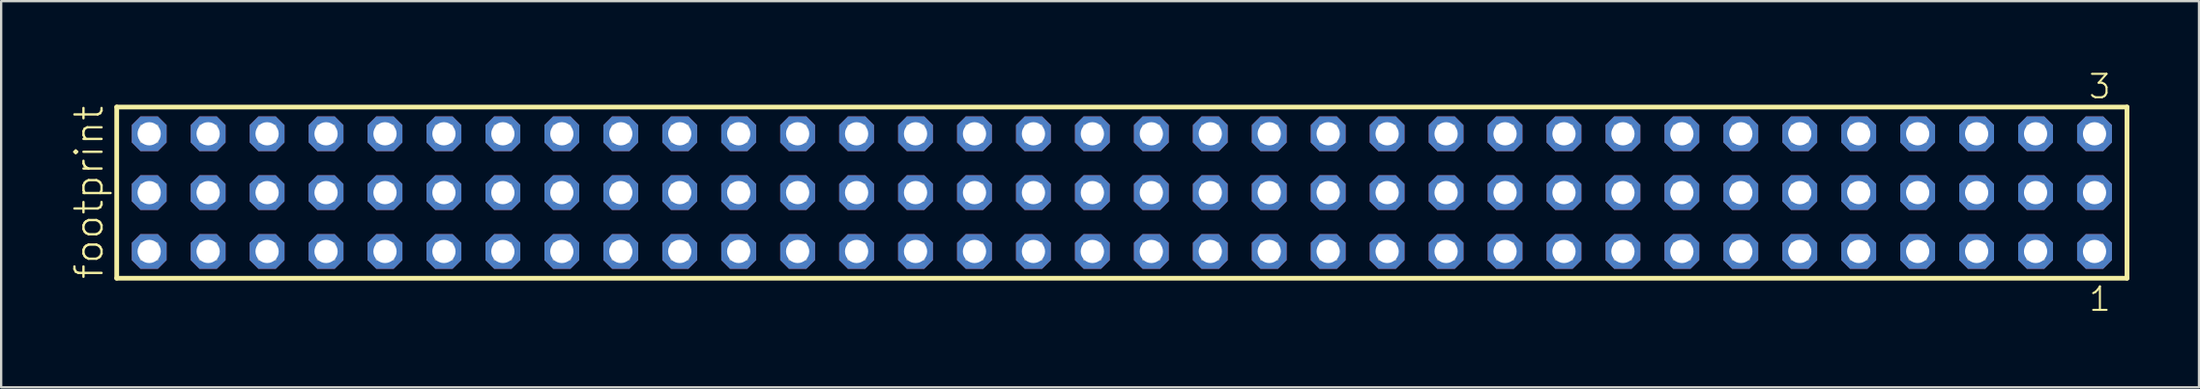
<source format=kicad_pcb>
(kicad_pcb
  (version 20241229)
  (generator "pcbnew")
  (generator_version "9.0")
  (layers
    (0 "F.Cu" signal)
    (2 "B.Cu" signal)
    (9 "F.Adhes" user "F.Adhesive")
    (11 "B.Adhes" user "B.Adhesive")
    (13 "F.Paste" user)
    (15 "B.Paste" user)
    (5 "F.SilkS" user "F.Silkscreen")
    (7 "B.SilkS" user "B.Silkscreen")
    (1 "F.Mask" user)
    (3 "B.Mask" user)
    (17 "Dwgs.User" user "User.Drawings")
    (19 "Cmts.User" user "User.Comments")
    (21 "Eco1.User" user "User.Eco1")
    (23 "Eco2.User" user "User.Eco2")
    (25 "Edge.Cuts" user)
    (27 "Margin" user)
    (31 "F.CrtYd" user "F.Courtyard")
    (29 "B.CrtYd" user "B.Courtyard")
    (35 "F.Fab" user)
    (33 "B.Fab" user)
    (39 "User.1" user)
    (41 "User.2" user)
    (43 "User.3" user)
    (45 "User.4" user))
  (footprint "footprint"
    (layer "F.Cu")
    (at 45.288 5.265)
    (property "Reference" "footprint" (at -43.815 3.81 90) (layer "F.SilkS") (effects (font (size 1.168 1.168) (thickness 0.102)) (justify left bottom)))
    (fp_line (start -43.309 -3.695) (end 43.309 -3.695) (stroke (width 0.203) (type solid)) (layer "F.SilkS"))
    (fp_line (start -43.309 3.695) (end -43.309 -3.695) (stroke (width 0.203) (type solid)) (layer "F.SilkS"))
    (fp_line (start 43.309 -3.695) (end 43.309 3.695) (stroke (width 0.203) (type solid)) (layer "F.SilkS"))
    (fp_line (start 43.309 3.695) (end -43.309 3.695) (stroke (width 0.203) (type solid)) (layer "F.SilkS"))
    (fp_poly (pts (xy -42.26 -2.19) (xy -41.56 -2.19) (xy -41.56 -2.89) (xy -42.26 -2.89)) (stroke (width 0.1) (type solid)) (fill no) (layer "F.Fab"))
    (fp_poly (pts (xy -42.26 0.35) (xy -41.56 0.35) (xy -41.56 -0.35) (xy -42.26 -0.35)) (stroke (width 0.1) (type solid)) (fill no) (layer "F.Fab"))
    (fp_poly (pts (xy -42.26 2.89) (xy -41.56 2.89) (xy -41.56 2.19) (xy -42.26 2.19)) (stroke (width 0.1) (type solid)) (fill no) (layer "F.Fab"))
    (fp_poly (pts (xy -39.72 -2.19) (xy -39.02 -2.19) (xy -39.02 -2.89) (xy -39.72 -2.89)) (stroke (width 0.1) (type solid)) (fill no) (layer "F.Fab"))
    (fp_poly (pts (xy -39.72 0.35) (xy -39.02 0.35) (xy -39.02 -0.35) (xy -39.72 -0.35)) (stroke (width 0.1) (type solid)) (fill no) (layer "F.Fab"))
    (fp_poly (pts (xy -39.72 2.89) (xy -39.02 2.89) (xy -39.02 2.19) (xy -39.72 2.19)) (stroke (width 0.1) (type solid)) (fill no) (layer "F.Fab"))
    (fp_poly (pts (xy -37.18 -2.19) (xy -36.48 -2.19) (xy -36.48 -2.89) (xy -37.18 -2.89)) (stroke (width 0.1) (type solid)) (fill no) (layer "F.Fab"))
    (fp_poly (pts (xy -37.18 0.35) (xy -36.48 0.35) (xy -36.48 -0.35) (xy -37.18 -0.35)) (stroke (width 0.1) (type solid)) (fill no) (layer "F.Fab"))
    (fp_poly (pts (xy -37.18 2.89) (xy -36.48 2.89) (xy -36.48 2.19) (xy -37.18 2.19)) (stroke (width 0.1) (type solid)) (fill no) (layer "F.Fab"))
    (fp_poly (pts (xy -34.64 -2.19) (xy -33.94 -2.19) (xy -33.94 -2.89) (xy -34.64 -2.89)) (stroke (width 0.1) (type solid)) (fill no) (layer "F.Fab"))
    (fp_poly (pts (xy -34.64 0.35) (xy -33.94 0.35) (xy -33.94 -0.35) (xy -34.64 -0.35)) (stroke (width 0.1) (type solid)) (fill no) (layer "F.Fab"))
    (fp_poly (pts (xy -34.64 2.89) (xy -33.94 2.89) (xy -33.94 2.19) (xy -34.64 2.19)) (stroke (width 0.1) (type solid)) (fill no) (layer "F.Fab"))
    (fp_poly (pts (xy -32.1 -2.19) (xy -31.4 -2.19) (xy -31.4 -2.89) (xy -32.1 -2.89)) (stroke (width 0.1) (type solid)) (fill no) (layer "F.Fab"))
    (fp_poly (pts (xy -32.1 0.35) (xy -31.4 0.35) (xy -31.4 -0.35) (xy -32.1 -0.35)) (stroke (width 0.1) (type solid)) (fill no) (layer "F.Fab"))
    (fp_poly (pts (xy -32.1 2.89) (xy -31.4 2.89) (xy -31.4 2.19) (xy -32.1 2.19)) (stroke (width 0.1) (type solid)) (fill no) (layer "F.Fab"))
    (fp_poly (pts (xy -29.56 -2.19) (xy -28.86 -2.19) (xy -28.86 -2.89) (xy -29.56 -2.89)) (stroke (width 0.1) (type solid)) (fill no) (layer "F.Fab"))
    (fp_poly (pts (xy -29.56 0.35) (xy -28.86 0.35) (xy -28.86 -0.35) (xy -29.56 -0.35)) (stroke (width 0.1) (type solid)) (fill no) (layer "F.Fab"))
    (fp_poly (pts (xy -29.56 2.89) (xy -28.86 2.89) (xy -28.86 2.19) (xy -29.56 2.19)) (stroke (width 0.1) (type solid)) (fill no) (layer "F.Fab"))
    (fp_poly (pts (xy -27.02 -2.19) (xy -26.32 -2.19) (xy -26.32 -2.89) (xy -27.02 -2.89)) (stroke (width 0.1) (type solid)) (fill no) (layer "F.Fab"))
    (fp_poly (pts (xy -27.02 0.35) (xy -26.32 0.35) (xy -26.32 -0.35) (xy -27.02 -0.35)) (stroke (width 0.1) (type solid)) (fill no) (layer "F.Fab"))
    (fp_poly (pts (xy -27.02 2.89) (xy -26.32 2.89) (xy -26.32 2.19) (xy -27.02 2.19)) (stroke (width 0.1) (type solid)) (fill no) (layer "F.Fab"))
    (fp_poly (pts (xy -24.48 -2.19) (xy -23.78 -2.19) (xy -23.78 -2.89) (xy -24.48 -2.89)) (stroke (width 0.1) (type solid)) (fill no) (layer "F.Fab"))
    (fp_poly (pts (xy -24.48 0.35) (xy -23.78 0.35) (xy -23.78 -0.35) (xy -24.48 -0.35)) (stroke (width 0.1) (type solid)) (fill no) (layer "F.Fab"))
    (fp_poly (pts (xy -24.48 2.89) (xy -23.78 2.89) (xy -23.78 2.19) (xy -24.48 2.19)) (stroke (width 0.1) (type solid)) (fill no) (layer "F.Fab"))
    (fp_poly (pts (xy -21.94 -2.19) (xy -21.24 -2.19) (xy -21.24 -2.89) (xy -21.94 -2.89)) (stroke (width 0.1) (type solid)) (fill no) (layer "F.Fab"))
    (fp_poly (pts (xy -21.94 0.35) (xy -21.24 0.35) (xy -21.24 -0.35) (xy -21.94 -0.35)) (stroke (width 0.1) (type solid)) (fill no) (layer "F.Fab"))
    (fp_poly (pts (xy -21.94 2.89) (xy -21.24 2.89) (xy -21.24 2.19) (xy -21.94 2.19)) (stroke (width 0.1) (type solid)) (fill no) (layer "F.Fab"))
    (fp_poly (pts (xy -19.4 -2.19) (xy -18.7 -2.19) (xy -18.7 -2.89) (xy -19.4 -2.89)) (stroke (width 0.1) (type solid)) (fill no) (layer "F.Fab"))
    (fp_poly (pts (xy -19.4 0.35) (xy -18.7 0.35) (xy -18.7 -0.35) (xy -19.4 -0.35)) (stroke (width 0.1) (type solid)) (fill no) (layer "F.Fab"))
    (fp_poly (pts (xy -19.4 2.89) (xy -18.7 2.89) (xy -18.7 2.19) (xy -19.4 2.19)) (stroke (width 0.1) (type solid)) (fill no) (layer "F.Fab"))
    (fp_poly (pts (xy -16.86 -2.19) (xy -16.16 -2.19) (xy -16.16 -2.89) (xy -16.86 -2.89)) (stroke (width 0.1) (type solid)) (fill no) (layer "F.Fab"))
    (fp_poly (pts (xy -16.86 0.35) (xy -16.16 0.35) (xy -16.16 -0.35) (xy -16.86 -0.35)) (stroke (width 0.1) (type solid)) (fill no) (layer "F.Fab"))
    (fp_poly (pts (xy -16.86 2.89) (xy -16.16 2.89) (xy -16.16 2.19) (xy -16.86 2.19)) (stroke (width 0.1) (type solid)) (fill no) (layer "F.Fab"))
    (fp_poly (pts (xy -14.32 -2.19) (xy -13.62 -2.19) (xy -13.62 -2.89) (xy -14.32 -2.89)) (stroke (width 0.1) (type solid)) (fill no) (layer "F.Fab"))
    (fp_poly (pts (xy -14.32 0.35) (xy -13.62 0.35) (xy -13.62 -0.35) (xy -14.32 -0.35)) (stroke (width 0.1) (type solid)) (fill no) (layer "F.Fab"))
    (fp_poly (pts (xy -14.32 2.89) (xy -13.62 2.89) (xy -13.62 2.19) (xy -14.32 2.19)) (stroke (width 0.1) (type solid)) (fill no) (layer "F.Fab"))
    (fp_poly (pts (xy -11.78 -2.19) (xy -11.08 -2.19) (xy -11.08 -2.89) (xy -11.78 -2.89)) (stroke (width 0.1) (type solid)) (fill no) (layer "F.Fab"))
    (fp_poly (pts (xy -11.78 0.35) (xy -11.08 0.35) (xy -11.08 -0.35) (xy -11.78 -0.35)) (stroke (width 0.1) (type solid)) (fill no) (layer "F.Fab"))
    (fp_poly (pts (xy -11.78 2.89) (xy -11.08 2.89) (xy -11.08 2.19) (xy -11.78 2.19)) (stroke (width 0.1) (type solid)) (fill no) (layer "F.Fab"))
    (fp_poly (pts (xy -9.24 -2.19) (xy -8.54 -2.19) (xy -8.54 -2.89) (xy -9.24 -2.89)) (stroke (width 0.1) (type solid)) (fill no) (layer "F.Fab"))
    (fp_poly (pts (xy -9.24 0.35) (xy -8.54 0.35) (xy -8.54 -0.35) (xy -9.24 -0.35)) (stroke (width 0.1) (type solid)) (fill no) (layer "F.Fab"))
    (fp_poly (pts (xy -9.24 2.89) (xy -8.54 2.89) (xy -8.54 2.19) (xy -9.24 2.19)) (stroke (width 0.1) (type solid)) (fill no) (layer "F.Fab"))
    (fp_poly (pts (xy -6.7 -2.19) (xy -6 -2.19) (xy -6 -2.89) (xy -6.7 -2.89)) (stroke (width 0.1) (type solid)) (fill no) (layer "F.Fab"))
    (fp_poly (pts (xy -6.7 0.35) (xy -6 0.35) (xy -6 -0.35) (xy -6.7 -0.35)) (stroke (width 0.1) (type solid)) (fill no) (layer "F.Fab"))
    (fp_poly (pts (xy -6.7 2.89) (xy -6 2.89) (xy -6 2.19) (xy -6.7 2.19)) (stroke (width 0.1) (type solid)) (fill no) (layer "F.Fab"))
    (fp_poly (pts (xy -4.16 -2.19) (xy -3.46 -2.19) (xy -3.46 -2.89) (xy -4.16 -2.89)) (stroke (width 0.1) (type solid)) (fill no) (layer "F.Fab"))
    (fp_poly (pts (xy -4.16 0.35) (xy -3.46 0.35) (xy -3.46 -0.35) (xy -4.16 -0.35)) (stroke (width 0.1) (type solid)) (fill no) (layer "F.Fab"))
    (fp_poly (pts (xy -4.16 2.89) (xy -3.46 2.89) (xy -3.46 2.19) (xy -4.16 2.19)) (stroke (width 0.1) (type solid)) (fill no) (layer "F.Fab"))
    (fp_poly (pts (xy -1.62 -2.19) (xy -0.92 -2.19) (xy -0.92 -2.89) (xy -1.62 -2.89)) (stroke (width 0.1) (type solid)) (fill no) (layer "F.Fab"))
    (fp_poly (pts (xy -1.62 0.35) (xy -0.92 0.35) (xy -0.92 -0.35) (xy -1.62 -0.35)) (stroke (width 0.1) (type solid)) (fill no) (layer "F.Fab"))
    (fp_poly (pts (xy -1.62 2.89) (xy -0.92 2.89) (xy -0.92 2.19) (xy -1.62 2.19)) (stroke (width 0.1) (type solid)) (fill no) (layer "F.Fab"))
    (fp_poly (pts (xy 0.92 -2.19) (xy 1.62 -2.19) (xy 1.62 -2.89) (xy 0.92 -2.89)) (stroke (width 0.1) (type solid)) (fill no) (layer "F.Fab"))
    (fp_poly (pts (xy 0.92 0.35) (xy 1.62 0.35) (xy 1.62 -0.35) (xy 0.92 -0.35)) (stroke (width 0.1) (type solid)) (fill no) (layer "F.Fab"))
    (fp_poly (pts (xy 0.92 2.89) (xy 1.62 2.89) (xy 1.62 2.19) (xy 0.92 2.19)) (stroke (width 0.1) (type solid)) (fill no) (layer "F.Fab"))
    (fp_poly (pts (xy 3.46 -2.19) (xy 4.16 -2.19) (xy 4.16 -2.89) (xy 3.46 -2.89)) (stroke (width 0.1) (type solid)) (fill no) (layer "F.Fab"))
    (fp_poly (pts (xy 3.46 0.35) (xy 4.16 0.35) (xy 4.16 -0.35) (xy 3.46 -0.35)) (stroke (width 0.1) (type solid)) (fill no) (layer "F.Fab"))
    (fp_poly (pts (xy 3.46 2.89) (xy 4.16 2.89) (xy 4.16 2.19) (xy 3.46 2.19)) (stroke (width 0.1) (type solid)) (fill no) (layer "F.Fab"))
    (fp_poly (pts (xy 6 -2.19) (xy 6.7 -2.19) (xy 6.7 -2.89) (xy 6 -2.89)) (stroke (width 0.1) (type solid)) (fill no) (layer "F.Fab"))
    (fp_poly (pts (xy 6 0.35) (xy 6.7 0.35) (xy 6.7 -0.35) (xy 6 -0.35)) (stroke (width 0.1) (type solid)) (fill no) (layer "F.Fab"))
    (fp_poly (pts (xy 6 2.89) (xy 6.7 2.89) (xy 6.7 2.19) (xy 6 2.19)) (stroke (width 0.1) (type solid)) (fill no) (layer "F.Fab"))
    (fp_poly (pts (xy 8.54 -2.19) (xy 9.24 -2.19) (xy 9.24 -2.89) (xy 8.54 -2.89)) (stroke (width 0.1) (type solid)) (fill no) (layer "F.Fab"))
    (fp_poly (pts (xy 8.54 0.35) (xy 9.24 0.35) (xy 9.24 -0.35) (xy 8.54 -0.35)) (stroke (width 0.1) (type solid)) (fill no) (layer "F.Fab"))
    (fp_poly (pts (xy 8.54 2.89) (xy 9.24 2.89) (xy 9.24 2.19) (xy 8.54 2.19)) (stroke (width 0.1) (type solid)) (fill no) (layer "F.Fab"))
    (fp_poly (pts (xy 11.08 -2.19) (xy 11.78 -2.19) (xy 11.78 -2.89) (xy 11.08 -2.89)) (stroke (width 0.1) (type solid)) (fill no) (layer "F.Fab"))
    (fp_poly (pts (xy 11.08 0.35) (xy 11.78 0.35) (xy 11.78 -0.35) (xy 11.08 -0.35)) (stroke (width 0.1) (type solid)) (fill no) (layer "F.Fab"))
    (fp_poly (pts (xy 11.08 2.89) (xy 11.78 2.89) (xy 11.78 2.19) (xy 11.08 2.19)) (stroke (width 0.1) (type solid)) (fill no) (layer "F.Fab"))
    (fp_poly (pts (xy 13.62 -2.19) (xy 14.32 -2.19) (xy 14.32 -2.89) (xy 13.62 -2.89)) (stroke (width 0.1) (type solid)) (fill no) (layer "F.Fab"))
    (fp_poly (pts (xy 13.62 0.35) (xy 14.32 0.35) (xy 14.32 -0.35) (xy 13.62 -0.35)) (stroke (width 0.1) (type solid)) (fill no) (layer "F.Fab"))
    (fp_poly (pts (xy 13.62 2.89) (xy 14.32 2.89) (xy 14.32 2.19) (xy 13.62 2.19)) (stroke (width 0.1) (type solid)) (fill no) (layer "F.Fab"))
    (fp_poly (pts (xy 16.16 -2.19) (xy 16.86 -2.19) (xy 16.86 -2.89) (xy 16.16 -2.89)) (stroke (width 0.1) (type solid)) (fill no) (layer "F.Fab"))
    (fp_poly (pts (xy 16.16 0.35) (xy 16.86 0.35) (xy 16.86 -0.35) (xy 16.16 -0.35)) (stroke (width 0.1) (type solid)) (fill no) (layer "F.Fab"))
    (fp_poly (pts (xy 16.16 2.89) (xy 16.86 2.89) (xy 16.86 2.19) (xy 16.16 2.19)) (stroke (width 0.1) (type solid)) (fill no) (layer "F.Fab"))
    (fp_poly (pts (xy 18.7 -2.19) (xy 19.4 -2.19) (xy 19.4 -2.89) (xy 18.7 -2.89)) (stroke (width 0.1) (type solid)) (fill no) (layer "F.Fab"))
    (fp_poly (pts (xy 18.7 0.35) (xy 19.4 0.35) (xy 19.4 -0.35) (xy 18.7 -0.35)) (stroke (width 0.1) (type solid)) (fill no) (layer "F.Fab"))
    (fp_poly (pts (xy 18.7 2.89) (xy 19.4 2.89) (xy 19.4 2.19) (xy 18.7 2.19)) (stroke (width 0.1) (type solid)) (fill no) (layer "F.Fab"))
    (fp_poly (pts (xy 21.24 -2.19) (xy 21.94 -2.19) (xy 21.94 -2.89) (xy 21.24 -2.89)) (stroke (width 0.1) (type solid)) (fill no) (layer "F.Fab"))
    (fp_poly (pts (xy 21.24 0.35) (xy 21.94 0.35) (xy 21.94 -0.35) (xy 21.24 -0.35)) (stroke (width 0.1) (type solid)) (fill no) (layer "F.Fab"))
    (fp_poly (pts (xy 21.24 2.89) (xy 21.94 2.89) (xy 21.94 2.19) (xy 21.24 2.19)) (stroke (width 0.1) (type solid)) (fill no) (layer "F.Fab"))
    (fp_poly (pts (xy 23.78 -2.19) (xy 24.48 -2.19) (xy 24.48 -2.89) (xy 23.78 -2.89)) (stroke (width 0.1) (type solid)) (fill no) (layer "F.Fab"))
    (fp_poly (pts (xy 23.78 0.35) (xy 24.48 0.35) (xy 24.48 -0.35) (xy 23.78 -0.35)) (stroke (width 0.1) (type solid)) (fill no) (layer "F.Fab"))
    (fp_poly (pts (xy 23.78 2.89) (xy 24.48 2.89) (xy 24.48 2.19) (xy 23.78 2.19)) (stroke (width 0.1) (type solid)) (fill no) (layer "F.Fab"))
    (fp_poly (pts (xy 26.32 -2.19) (xy 27.02 -2.19) (xy 27.02 -2.89) (xy 26.32 -2.89)) (stroke (width 0.1) (type solid)) (fill no) (layer "F.Fab"))
    (fp_poly (pts (xy 26.32 0.35) (xy 27.02 0.35) (xy 27.02 -0.35) (xy 26.32 -0.35)) (stroke (width 0.1) (type solid)) (fill no) (layer "F.Fab"))
    (fp_poly (pts (xy 26.32 2.89) (xy 27.02 2.89) (xy 27.02 2.19) (xy 26.32 2.19)) (stroke (width 0.1) (type solid)) (fill no) (layer "F.Fab"))
    (fp_poly (pts (xy 28.86 -2.19) (xy 29.56 -2.19) (xy 29.56 -2.89) (xy 28.86 -2.89)) (stroke (width 0.1) (type solid)) (fill no) (layer "F.Fab"))
    (fp_poly (pts (xy 28.86 0.35) (xy 29.56 0.35) (xy 29.56 -0.35) (xy 28.86 -0.35)) (stroke (width 0.1) (type solid)) (fill no) (layer "F.Fab"))
    (fp_poly (pts (xy 28.86 2.89) (xy 29.56 2.89) (xy 29.56 2.19) (xy 28.86 2.19)) (stroke (width 0.1) (type solid)) (fill no) (layer "F.Fab"))
    (fp_poly (pts (xy 31.4 -2.19) (xy 32.1 -2.19) (xy 32.1 -2.89) (xy 31.4 -2.89)) (stroke (width 0.1) (type solid)) (fill no) (layer "F.Fab"))
    (fp_poly (pts (xy 31.4 0.35) (xy 32.1 0.35) (xy 32.1 -0.35) (xy 31.4 -0.35)) (stroke (width 0.1) (type solid)) (fill no) (layer "F.Fab"))
    (fp_poly (pts (xy 31.4 2.89) (xy 32.1 2.89) (xy 32.1 2.19) (xy 31.4 2.19)) (stroke (width 0.1) (type solid)) (fill no) (layer "F.Fab"))
    (fp_poly (pts (xy 33.94 -2.19) (xy 34.64 -2.19) (xy 34.64 -2.89) (xy 33.94 -2.89)) (stroke (width 0.1) (type solid)) (fill no) (layer "F.Fab"))
    (fp_poly (pts (xy 33.94 0.35) (xy 34.64 0.35) (xy 34.64 -0.35) (xy 33.94 -0.35)) (stroke (width 0.1) (type solid)) (fill no) (layer "F.Fab"))
    (fp_poly (pts (xy 33.94 2.89) (xy 34.64 2.89) (xy 34.64 2.19) (xy 33.94 2.19)) (stroke (width 0.1) (type solid)) (fill no) (layer "F.Fab"))
    (fp_poly (pts (xy 36.48 -2.19) (xy 37.18 -2.19) (xy 37.18 -2.89) (xy 36.48 -2.89)) (stroke (width 0.1) (type solid)) (fill no) (layer "F.Fab"))
    (fp_poly (pts (xy 36.48 0.35) (xy 37.18 0.35) (xy 37.18 -0.35) (xy 36.48 -0.35)) (stroke (width 0.1) (type solid)) (fill no) (layer "F.Fab"))
    (fp_poly (pts (xy 36.48 2.89) (xy 37.18 2.89) (xy 37.18 2.19) (xy 36.48 2.19)) (stroke (width 0.1) (type solid)) (fill no) (layer "F.Fab"))
    (fp_poly (pts (xy 39.02 -2.19) (xy 39.72 -2.19) (xy 39.72 -2.89) (xy 39.02 -2.89)) (stroke (width 0.1) (type solid)) (fill no) (layer "F.Fab"))
    (fp_poly (pts (xy 39.02 0.35) (xy 39.72 0.35) (xy 39.72 -0.35) (xy 39.02 -0.35)) (stroke (width 0.1) (type solid)) (fill no) (layer "F.Fab"))
    (fp_poly (pts (xy 39.02 2.89) (xy 39.72 2.89) (xy 39.72 2.19) (xy 39.02 2.19)) (stroke (width 0.1) (type solid)) (fill no) (layer "F.Fab"))
    (fp_poly (pts (xy 41.56 -2.19) (xy 42.26 -2.19) (xy 42.26 -2.89) (xy 41.56 -2.89)) (stroke (width 0.1) (type solid)) (fill no) (layer "F.Fab"))
    (fp_poly (pts (xy 41.56 0.35) (xy 42.26 0.35) (xy 42.26 -0.35) (xy 41.56 -0.35)) (stroke (width 0.1) (type solid)) (fill no) (layer "F.Fab"))
    (fp_poly (pts (xy 41.56 2.89) (xy 42.26 2.89) (xy 42.26 2.19) (xy 41.56 2.19)) (stroke (width 0.1) (type solid)) (fill no) (layer "F.Fab"))
    (fp_text user "3" (at 41.598 -3.989 0) (layer "F.SilkS") (effects (font (size 1.012 1.012) (thickness 0.088)) (justify left bottom)))
    (fp_text user "1" (at 41.602 5.188 0) (layer "F.SilkS") (effects (font (size 1.012 1.012) (thickness 0.088)) (justify left bottom)))
    (pad "1" thru_hole roundrect (at 41.91 2.54 180) (size 1.5 1.5) (drill 1) (layers "*.Cu" "*.Mask") (roundrect_rratio 0.25) (chamfer_ratio 0.25) (chamfer top_left top_right bottom_left bottom_right))
    (pad "2" thru_hole roundrect (at 41.91 0 180) (size 1.5 1.5) (drill 1) (layers "*.Cu" "*.Mask") (roundrect_rratio 0.25) (chamfer_ratio 0.25) (chamfer top_left top_right bottom_left bottom_right))
    (pad "3" thru_hole roundrect (at 41.91 -2.54 180) (size 1.5 1.5) (drill 1) (layers "*.Cu" "*.Mask") (roundrect_rratio 0.25) (chamfer_ratio 0.25) (chamfer top_left top_right bottom_left bottom_right))
    (pad "4" thru_hole roundrect (at 39.37 2.54 180) (size 1.5 1.5) (drill 1) (layers "*.Cu" "*.Mask") (roundrect_rratio 0.25) (chamfer_ratio 0.25) (chamfer top_left top_right bottom_left bottom_right))
    (pad "5" thru_hole roundrect (at 39.37 0 180) (size 1.5 1.5) (drill 1) (layers "*.Cu" "*.Mask") (roundrect_rratio 0.25) (chamfer_ratio 0.25) (chamfer top_left top_right bottom_left bottom_right))
    (pad "6" thru_hole roundrect (at 39.37 -2.54 180) (size 1.5 1.5) (drill 1) (layers "*.Cu" "*.Mask") (roundrect_rratio 0.25) (chamfer_ratio 0.25) (chamfer top_left top_right bottom_left bottom_right))
    (pad "7" thru_hole roundrect (at 36.83 2.54 180) (size 1.5 1.5) (drill 1) (layers "*.Cu" "*.Mask") (roundrect_rratio 0.25) (chamfer_ratio 0.25) (chamfer top_left top_right bottom_left bottom_right))
    (pad "8" thru_hole roundrect (at 36.83 0 180) (size 1.5 1.5) (drill 1) (layers "*.Cu" "*.Mask") (roundrect_rratio 0.25) (chamfer_ratio 0.25) (chamfer top_left top_right bottom_left bottom_right))
    (pad "9" thru_hole roundrect (at 36.83 -2.54 180) (size 1.5 1.5) (drill 1) (layers "*.Cu" "*.Mask") (roundrect_rratio 0.25) (chamfer_ratio 0.25) (chamfer top_left top_right bottom_left bottom_right))
    (pad "10" thru_hole roundrect (at 34.29 2.54 180) (size 1.5 1.5) (drill 1) (layers "*.Cu" "*.Mask") (roundrect_rratio 0.25) (chamfer_ratio 0.25) (chamfer top_left top_right bottom_left bottom_right))
    (pad "11" thru_hole roundrect (at 34.29 0 180) (size 1.5 1.5) (drill 1) (layers "*.Cu" "*.Mask") (roundrect_rratio 0.25) (chamfer_ratio 0.25) (chamfer top_left top_right bottom_left bottom_right))
    (pad "12" thru_hole roundrect (at 34.29 -2.54 180) (size 1.5 1.5) (drill 1) (layers "*.Cu" "*.Mask") (roundrect_rratio 0.25) (chamfer_ratio 0.25) (chamfer top_left top_right bottom_left bottom_right))
    (pad "13" thru_hole roundrect (at 31.75 2.54 180) (size 1.5 1.5) (drill 1) (layers "*.Cu" "*.Mask") (roundrect_rratio 0.25) (chamfer_ratio 0.25) (chamfer top_left top_right bottom_left bottom_right))
    (pad "14" thru_hole roundrect (at 31.75 0 180) (size 1.5 1.5) (drill 1) (layers "*.Cu" "*.Mask") (roundrect_rratio 0.25) (chamfer_ratio 0.25) (chamfer top_left top_right bottom_left bottom_right))
    (pad "15" thru_hole roundrect (at 31.75 -2.54 180) (size 1.5 1.5) (drill 1) (layers "*.Cu" "*.Mask") (roundrect_rratio 0.25) (chamfer_ratio 0.25) (chamfer top_left top_right bottom_left bottom_right))
    (pad "16" thru_hole roundrect (at 29.21 2.54 180) (size 1.5 1.5) (drill 1) (layers "*.Cu" "*.Mask") (roundrect_rratio 0.25) (chamfer_ratio 0.25) (chamfer top_left top_right bottom_left bottom_right))
    (pad "17" thru_hole roundrect (at 29.21 0 180) (size 1.5 1.5) (drill 1) (layers "*.Cu" "*.Mask") (roundrect_rratio 0.25) (chamfer_ratio 0.25) (chamfer top_left top_right bottom_left bottom_right))
    (pad "18" thru_hole roundrect (at 29.21 -2.54 180) (size 1.5 1.5) (drill 1) (layers "*.Cu" "*.Mask") (roundrect_rratio 0.25) (chamfer_ratio 0.25) (chamfer top_left top_right bottom_left bottom_right))
    (pad "19" thru_hole roundrect (at 26.67 2.54 180) (size 1.5 1.5) (drill 1) (layers "*.Cu" "*.Mask") (roundrect_rratio 0.25) (chamfer_ratio 0.25) (chamfer top_left top_right bottom_left bottom_right))
    (pad "20" thru_hole roundrect (at 26.67 0 180) (size 1.5 1.5) (drill 1) (layers "*.Cu" "*.Mask") (roundrect_rratio 0.25) (chamfer_ratio 0.25) (chamfer top_left top_right bottom_left bottom_right))
    (pad "21" thru_hole roundrect (at 26.67 -2.54 180) (size 1.5 1.5) (drill 1) (layers "*.Cu" "*.Mask") (roundrect_rratio 0.25) (chamfer_ratio 0.25) (chamfer top_left top_right bottom_left bottom_right))
    (pad "22" thru_hole roundrect (at 24.13 2.54 180) (size 1.5 1.5) (drill 1) (layers "*.Cu" "*.Mask") (roundrect_rratio 0.25) (chamfer_ratio 0.25) (chamfer top_left top_right bottom_left bottom_right))
    (pad "23" thru_hole roundrect (at 24.13 0 180) (size 1.5 1.5) (drill 1) (layers "*.Cu" "*.Mask") (roundrect_rratio 0.25) (chamfer_ratio 0.25) (chamfer top_left top_right bottom_left bottom_right))
    (pad "24" thru_hole roundrect (at 24.13 -2.54 180) (size 1.5 1.5) (drill 1) (layers "*.Cu" "*.Mask") (roundrect_rratio 0.25) (chamfer_ratio 0.25) (chamfer top_left top_right bottom_left bottom_right))
    (pad "25" thru_hole roundrect (at 21.59 2.54 180) (size 1.5 1.5) (drill 1) (layers "*.Cu" "*.Mask") (roundrect_rratio 0.25) (chamfer_ratio 0.25) (chamfer top_left top_right bottom_left bottom_right))
    (pad "26" thru_hole roundrect (at 21.59 0 180) (size 1.5 1.5) (drill 1) (layers "*.Cu" "*.Mask") (roundrect_rratio 0.25) (chamfer_ratio 0.25) (chamfer top_left top_right bottom_left bottom_right))
    (pad "27" thru_hole roundrect (at 21.59 -2.54 180) (size 1.5 1.5) (drill 1) (layers "*.Cu" "*.Mask") (roundrect_rratio 0.25) (chamfer_ratio 0.25) (chamfer top_left top_right bottom_left bottom_right))
    (pad "28" thru_hole roundrect (at 19.05 2.54 180) (size 1.5 1.5) (drill 1) (layers "*.Cu" "*.Mask") (roundrect_rratio 0.25) (chamfer_ratio 0.25) (chamfer top_left top_right bottom_left bottom_right))
    (pad "29" thru_hole roundrect (at 19.05 0 180) (size 1.5 1.5) (drill 1) (layers "*.Cu" "*.Mask") (roundrect_rratio 0.25) (chamfer_ratio 0.25) (chamfer top_left top_right bottom_left bottom_right))
    (pad "30" thru_hole roundrect (at 19.05 -2.54 180) (size 1.5 1.5) (drill 1) (layers "*.Cu" "*.Mask") (roundrect_rratio 0.25) (chamfer_ratio 0.25) (chamfer top_left top_right bottom_left bottom_right))
    (pad "31" thru_hole roundrect (at 16.51 2.54 180) (size 1.5 1.5) (drill 1) (layers "*.Cu" "*.Mask") (roundrect_rratio 0.25) (chamfer_ratio 0.25) (chamfer top_left top_right bottom_left bottom_right))
    (pad "32" thru_hole roundrect (at 16.51 0 180) (size 1.5 1.5) (drill 1) (layers "*.Cu" "*.Mask") (roundrect_rratio 0.25) (chamfer_ratio 0.25) (chamfer top_left top_right bottom_left bottom_right))
    (pad "33" thru_hole roundrect (at 16.51 -2.54 180) (size 1.5 1.5) (drill 1) (layers "*.Cu" "*.Mask") (roundrect_rratio 0.25) (chamfer_ratio 0.25) (chamfer top_left top_right bottom_left bottom_right))
    (pad "34" thru_hole roundrect (at 13.97 2.54 180) (size 1.5 1.5) (drill 1) (layers "*.Cu" "*.Mask") (roundrect_rratio 0.25) (chamfer_ratio 0.25) (chamfer top_left top_right bottom_left bottom_right))
    (pad "35" thru_hole roundrect (at 13.97 0 180) (size 1.5 1.5) (drill 1) (layers "*.Cu" "*.Mask") (roundrect_rratio 0.25) (chamfer_ratio 0.25) (chamfer top_left top_right bottom_left bottom_right))
    (pad "36" thru_hole roundrect (at 13.97 -2.54 180) (size 1.5 1.5) (drill 1) (layers "*.Cu" "*.Mask") (roundrect_rratio 0.25) (chamfer_ratio 0.25) (chamfer top_left top_right bottom_left bottom_right))
    (pad "37" thru_hole roundrect (at 11.43 2.54 180) (size 1.5 1.5) (drill 1) (layers "*.Cu" "*.Mask") (roundrect_rratio 0.25) (chamfer_ratio 0.25) (chamfer top_left top_right bottom_left bottom_right))
    (pad "38" thru_hole roundrect (at 11.43 0 180) (size 1.5 1.5) (drill 1) (layers "*.Cu" "*.Mask") (roundrect_rratio 0.25) (chamfer_ratio 0.25) (chamfer top_left top_right bottom_left bottom_right))
    (pad "39" thru_hole roundrect (at 11.43 -2.54 180) (size 1.5 1.5) (drill 1) (layers "*.Cu" "*.Mask") (roundrect_rratio 0.25) (chamfer_ratio 0.25) (chamfer top_left top_right bottom_left bottom_right))
    (pad "40" thru_hole roundrect (at 8.89 2.54 180) (size 1.5 1.5) (drill 1) (layers "*.Cu" "*.Mask") (roundrect_rratio 0.25) (chamfer_ratio 0.25) (chamfer top_left top_right bottom_left bottom_right))
    (pad "41" thru_hole roundrect (at 8.89 0 180) (size 1.5 1.5) (drill 1) (layers "*.Cu" "*.Mask") (roundrect_rratio 0.25) (chamfer_ratio 0.25) (chamfer top_left top_right bottom_left bottom_right))
    (pad "42" thru_hole roundrect (at 8.89 -2.54 180) (size 1.5 1.5) (drill 1) (layers "*.Cu" "*.Mask") (roundrect_rratio 0.25) (chamfer_ratio 0.25) (chamfer top_left top_right bottom_left bottom_right))
    (pad "43" thru_hole roundrect (at 6.35 2.54 180) (size 1.5 1.5) (drill 1) (layers "*.Cu" "*.Mask") (roundrect_rratio 0.25) (chamfer_ratio 0.25) (chamfer top_left top_right bottom_left bottom_right))
    (pad "44" thru_hole roundrect (at 6.35 0 180) (size 1.5 1.5) (drill 1) (layers "*.Cu" "*.Mask") (roundrect_rratio 0.25) (chamfer_ratio 0.25) (chamfer top_left top_right bottom_left bottom_right))
    (pad "45" thru_hole roundrect (at 6.35 -2.54 180) (size 1.5 1.5) (drill 1) (layers "*.Cu" "*.Mask") (roundrect_rratio 0.25) (chamfer_ratio 0.25) (chamfer top_left top_right bottom_left bottom_right))
    (pad "46" thru_hole roundrect (at 3.81 2.54 180) (size 1.5 1.5) (drill 1) (layers "*.Cu" "*.Mask") (roundrect_rratio 0.25) (chamfer_ratio 0.25) (chamfer top_left top_right bottom_left bottom_right))
    (pad "47" thru_hole roundrect (at 3.81 0 180) (size 1.5 1.5) (drill 1) (layers "*.Cu" "*.Mask") (roundrect_rratio 0.25) (chamfer_ratio 0.25) (chamfer top_left top_right bottom_left bottom_right))
    (pad "48" thru_hole roundrect (at 3.81 -2.54 180) (size 1.5 1.5) (drill 1) (layers "*.Cu" "*.Mask") (roundrect_rratio 0.25) (chamfer_ratio 0.25) (chamfer top_left top_right bottom_left bottom_right))
    (pad "49" thru_hole roundrect (at 1.27 2.54 180) (size 1.5 1.5) (drill 1) (layers "*.Cu" "*.Mask") (roundrect_rratio 0.25) (chamfer_ratio 0.25) (chamfer top_left top_right bottom_left bottom_right))
    (pad "50" thru_hole roundrect (at 1.27 0 180) (size 1.5 1.5) (drill 1) (layers "*.Cu" "*.Mask") (roundrect_rratio 0.25) (chamfer_ratio 0.25) (chamfer top_left top_right bottom_left bottom_right))
    (pad "51" thru_hole roundrect (at 1.27 -2.54 180) (size 1.5 1.5) (drill 1) (layers "*.Cu" "*.Mask") (roundrect_rratio 0.25) (chamfer_ratio 0.25) (chamfer top_left top_right bottom_left bottom_right))
    (pad "52" thru_hole roundrect (at -1.27 2.54 180) (size 1.5 1.5) (drill 1) (layers "*.Cu" "*.Mask") (roundrect_rratio 0.25) (chamfer_ratio 0.25) (chamfer top_left top_right bottom_left bottom_right))
    (pad "53" thru_hole roundrect (at -1.27 0 180) (size 1.5 1.5) (drill 1) (layers "*.Cu" "*.Mask") (roundrect_rratio 0.25) (chamfer_ratio 0.25) (chamfer top_left top_right bottom_left bottom_right))
    (pad "54" thru_hole roundrect (at -1.27 -2.54 180) (size 1.5 1.5) (drill 1) (layers "*.Cu" "*.Mask") (roundrect_rratio 0.25) (chamfer_ratio 0.25) (chamfer top_left top_right bottom_left bottom_right))
    (pad "55" thru_hole roundrect (at -3.81 2.54 180) (size 1.5 1.5) (drill 1) (layers "*.Cu" "*.Mask") (roundrect_rratio 0.25) (chamfer_ratio 0.25) (chamfer top_left top_right bottom_left bottom_right))
    (pad "56" thru_hole roundrect (at -3.81 0 180) (size 1.5 1.5) (drill 1) (layers "*.Cu" "*.Mask") (roundrect_rratio 0.25) (chamfer_ratio 0.25) (chamfer top_left top_right bottom_left bottom_right))
    (pad "57" thru_hole roundrect (at -3.81 -2.54 180) (size 1.5 1.5) (drill 1) (layers "*.Cu" "*.Mask") (roundrect_rratio 0.25) (chamfer_ratio 0.25) (chamfer top_left top_right bottom_left bottom_right))
    (pad "58" thru_hole roundrect (at -6.35 2.54 180) (size 1.5 1.5) (drill 1) (layers "*.Cu" "*.Mask") (roundrect_rratio 0.25) (chamfer_ratio 0.25) (chamfer top_left top_right bottom_left bottom_right))
    (pad "59" thru_hole roundrect (at -6.35 0 180) (size 1.5 1.5) (drill 1) (layers "*.Cu" "*.Mask") (roundrect_rratio 0.25) (chamfer_ratio 0.25) (chamfer top_left top_right bottom_left bottom_right))
    (pad "60" thru_hole roundrect (at -6.35 -2.54 180) (size 1.5 1.5) (drill 1) (layers "*.Cu" "*.Mask") (roundrect_rratio 0.25) (chamfer_ratio 0.25) (chamfer top_left top_right bottom_left bottom_right))
    (pad "61" thru_hole roundrect (at -8.89 2.54 180) (size 1.5 1.5) (drill 1) (layers "*.Cu" "*.Mask") (roundrect_rratio 0.25) (chamfer_ratio 0.25) (chamfer top_left top_right bottom_left bottom_right))
    (pad "62" thru_hole roundrect (at -8.89 0 180) (size 1.5 1.5) (drill 1) (layers "*.Cu" "*.Mask") (roundrect_rratio 0.25) (chamfer_ratio 0.25) (chamfer top_left top_right bottom_left bottom_right))
    (pad "63" thru_hole roundrect (at -8.89 -2.54 180) (size 1.5 1.5) (drill 1) (layers "*.Cu" "*.Mask") (roundrect_rratio 0.25) (chamfer_ratio 0.25) (chamfer top_left top_right bottom_left bottom_right))
    (pad "64" thru_hole roundrect (at -11.43 2.54 180) (size 1.5 1.5) (drill 1) (layers "*.Cu" "*.Mask") (roundrect_rratio 0.25) (chamfer_ratio 0.25) (chamfer top_left top_right bottom_left bottom_right))
    (pad "65" thru_hole roundrect (at -11.43 0 180) (size 1.5 1.5) (drill 1) (layers "*.Cu" "*.Mask") (roundrect_rratio 0.25) (chamfer_ratio 0.25) (chamfer top_left top_right bottom_left bottom_right))
    (pad "66" thru_hole roundrect (at -11.43 -2.54 180) (size 1.5 1.5) (drill 1) (layers "*.Cu" "*.Mask") (roundrect_rratio 0.25) (chamfer_ratio 0.25) (chamfer top_left top_right bottom_left bottom_right))
    (pad "67" thru_hole roundrect (at -13.97 2.54 180) (size 1.5 1.5) (drill 1) (layers "*.Cu" "*.Mask") (roundrect_rratio 0.25) (chamfer_ratio 0.25) (chamfer top_left top_right bottom_left bottom_right))
    (pad "68" thru_hole roundrect (at -13.97 0 180) (size 1.5 1.5) (drill 1) (layers "*.Cu" "*.Mask") (roundrect_rratio 0.25) (chamfer_ratio 0.25) (chamfer top_left top_right bottom_left bottom_right))
    (pad "69" thru_hole roundrect (at -13.97 -2.54 180) (size 1.5 1.5) (drill 1) (layers "*.Cu" "*.Mask") (roundrect_rratio 0.25) (chamfer_ratio 0.25) (chamfer top_left top_right bottom_left bottom_right))
    (pad "70" thru_hole roundrect (at -16.51 2.54 180) (size 1.5 1.5) (drill 1) (layers "*.Cu" "*.Mask") (roundrect_rratio 0.25) (chamfer_ratio 0.25) (chamfer top_left top_right bottom_left bottom_right))
    (pad "71" thru_hole roundrect (at -16.51 0 180) (size 1.5 1.5) (drill 1) (layers "*.Cu" "*.Mask") (roundrect_rratio 0.25) (chamfer_ratio 0.25) (chamfer top_left top_right bottom_left bottom_right))
    (pad "72" thru_hole roundrect (at -16.51 -2.54 180) (size 1.5 1.5) (drill 1) (layers "*.Cu" "*.Mask") (roundrect_rratio 0.25) (chamfer_ratio 0.25) (chamfer top_left top_right bottom_left bottom_right))
    (pad "73" thru_hole roundrect (at -19.05 2.54 180) (size 1.5 1.5) (drill 1) (layers "*.Cu" "*.Mask") (roundrect_rratio 0.25) (chamfer_ratio 0.25) (chamfer top_left top_right bottom_left bottom_right))
    (pad "74" thru_hole roundrect (at -19.05 0 180) (size 1.5 1.5) (drill 1) (layers "*.Cu" "*.Mask") (roundrect_rratio 0.25) (chamfer_ratio 0.25) (chamfer top_left top_right bottom_left bottom_right))
    (pad "75" thru_hole roundrect (at -19.05 -2.54 180) (size 1.5 1.5) (drill 1) (layers "*.Cu" "*.Mask") (roundrect_rratio 0.25) (chamfer_ratio 0.25) (chamfer top_left top_right bottom_left bottom_right))
    (pad "76" thru_hole roundrect (at -21.59 2.54 180) (size 1.5 1.5) (drill 1) (layers "*.Cu" "*.Mask") (roundrect_rratio 0.25) (chamfer_ratio 0.25) (chamfer top_left top_right bottom_left bottom_right))
    (pad "77" thru_hole roundrect (at -21.59 0 180) (size 1.5 1.5) (drill 1) (layers "*.Cu" "*.Mask") (roundrect_rratio 0.25) (chamfer_ratio 0.25) (chamfer top_left top_right bottom_left bottom_right))
    (pad "78" thru_hole roundrect (at -21.59 -2.54 180) (size 1.5 1.5) (drill 1) (layers "*.Cu" "*.Mask") (roundrect_rratio 0.25) (chamfer_ratio 0.25) (chamfer top_left top_right bottom_left bottom_right))
    (pad "79" thru_hole roundrect (at -24.13 2.54 180) (size 1.5 1.5) (drill 1) (layers "*.Cu" "*.Mask") (roundrect_rratio 0.25) (chamfer_ratio 0.25) (chamfer top_left top_right bottom_left bottom_right))
    (pad "80" thru_hole roundrect (at -24.13 0 180) (size 1.5 1.5) (drill 1) (layers "*.Cu" "*.Mask") (roundrect_rratio 0.25) (chamfer_ratio 0.25) (chamfer top_left top_right bottom_left bottom_right))
    (pad "81" thru_hole roundrect (at -24.13 -2.54 180) (size 1.5 1.5) (drill 1) (layers "*.Cu" "*.Mask") (roundrect_rratio 0.25) (chamfer_ratio 0.25) (chamfer top_left top_right bottom_left bottom_right))
    (pad "82" thru_hole roundrect (at -26.67 2.54 180) (size 1.5 1.5) (drill 1) (layers "*.Cu" "*.Mask") (roundrect_rratio 0.25) (chamfer_ratio 0.25) (chamfer top_left top_right bottom_left bottom_right))
    (pad "83" thru_hole roundrect (at -26.67 0 180) (size 1.5 1.5) (drill 1) (layers "*.Cu" "*.Mask") (roundrect_rratio 0.25) (chamfer_ratio 0.25) (chamfer top_left top_right bottom_left bottom_right))
    (pad "84" thru_hole roundrect (at -26.67 -2.54 180) (size 1.5 1.5) (drill 1) (layers "*.Cu" "*.Mask") (roundrect_rratio 0.25) (chamfer_ratio 0.25) (chamfer top_left top_right bottom_left bottom_right))
    (pad "85" thru_hole roundrect (at -29.21 2.54 180) (size 1.5 1.5) (drill 1) (layers "*.Cu" "*.Mask") (roundrect_rratio 0.25) (chamfer_ratio 0.25) (chamfer top_left top_right bottom_left bottom_right))
    (pad "86" thru_hole roundrect (at -29.21 0 180) (size 1.5 1.5) (drill 1) (layers "*.Cu" "*.Mask") (roundrect_rratio 0.25) (chamfer_ratio 0.25) (chamfer top_left top_right bottom_left bottom_right))
    (pad "87" thru_hole roundrect (at -29.21 -2.54 180) (size 1.5 1.5) (drill 1) (layers "*.Cu" "*.Mask") (roundrect_rratio 0.25) (chamfer_ratio 0.25) (chamfer top_left top_right bottom_left bottom_right))
    (pad "88" thru_hole roundrect (at -31.75 2.54 180) (size 1.5 1.5) (drill 1) (layers "*.Cu" "*.Mask") (roundrect_rratio 0.25) (chamfer_ratio 0.25) (chamfer top_left top_right bottom_left bottom_right))
    (pad "89" thru_hole roundrect (at -31.75 0 180) (size 1.5 1.5) (drill 1) (layers "*.Cu" "*.Mask") (roundrect_rratio 0.25) (chamfer_ratio 0.25) (chamfer top_left top_right bottom_left bottom_right))
    (pad "90" thru_hole roundrect (at -31.75 -2.54 180) (size 1.5 1.5) (drill 1) (layers "*.Cu" "*.Mask") (roundrect_rratio 0.25) (chamfer_ratio 0.25) (chamfer top_left top_right bottom_left bottom_right))
    (pad "91" thru_hole roundrect (at -34.29 2.54 180) (size 1.5 1.5) (drill 1) (layers "*.Cu" "*.Mask") (roundrect_rratio 0.25) (chamfer_ratio 0.25) (chamfer top_left top_right bottom_left bottom_right))
    (pad "92" thru_hole roundrect (at -34.29 0 180) (size 1.5 1.5) (drill 1) (layers "*.Cu" "*.Mask") (roundrect_rratio 0.25) (chamfer_ratio 0.25) (chamfer top_left top_right bottom_left bottom_right))
    (pad "93" thru_hole roundrect (at -34.29 -2.54 180) (size 1.5 1.5) (drill 1) (layers "*.Cu" "*.Mask") (roundrect_rratio 0.25) (chamfer_ratio 0.25) (chamfer top_left top_right bottom_left bottom_right))
    (pad "94" thru_hole roundrect (at -36.83 2.54 180) (size 1.5 1.5) (drill 1) (layers "*.Cu" "*.Mask") (roundrect_rratio 0.25) (chamfer_ratio 0.25) (chamfer top_left top_right bottom_left bottom_right))
    (pad "95" thru_hole roundrect (at -36.83 0 180) (size 1.5 1.5) (drill 1) (layers "*.Cu" "*.Mask") (roundrect_rratio 0.25) (chamfer_ratio 0.25) (chamfer top_left top_right bottom_left bottom_right))
    (pad "96" thru_hole roundrect (at -36.83 -2.54 180) (size 1.5 1.5) (drill 1) (layers "*.Cu" "*.Mask") (roundrect_rratio 0.25) (chamfer_ratio 0.25) (chamfer top_left top_right bottom_left bottom_right))
    (pad "97" thru_hole roundrect (at -39.37 2.54 180) (size 1.5 1.5) (drill 1) (layers "*.Cu" "*.Mask") (roundrect_rratio 0.25) (chamfer_ratio 0.25) (chamfer top_left top_right bottom_left bottom_right))
    (pad "98" thru_hole roundrect (at -39.37 0 180) (size 1.5 1.5) (drill 1) (layers "*.Cu" "*.Mask") (roundrect_rratio 0.25) (chamfer_ratio 0.25) (chamfer top_left top_right bottom_left bottom_right))
    (pad "99" thru_hole roundrect (at -39.37 -2.54 180) (size 1.5 1.5) (drill 1) (layers "*.Cu" "*.Mask") (roundrect_rratio 0.25) (chamfer_ratio 0.25) (chamfer top_left top_right bottom_left bottom_right))
    (pad "100" thru_hole roundrect (at -41.91 2.54 180) (size 1.5 1.5) (drill 1) (layers "*.Cu" "*.Mask") (roundrect_rratio 0.25) (chamfer_ratio 0.25) (chamfer top_left top_right bottom_left bottom_right))
    (pad "101" thru_hole roundrect (at -41.91 0 180) (size 1.5 1.5) (drill 1) (layers "*.Cu" "*.Mask") (roundrect_rratio 0.25) (chamfer_ratio 0.25) (chamfer top_left top_right bottom_left bottom_right))
    (pad "102" thru_hole roundrect (at -41.91 -2.54 180) (size 1.5 1.5) (drill 1) (layers "*.Cu" "*.Mask") (roundrect_rratio 0.25) (chamfer_ratio 0.25) (chamfer top_left top_right bottom_left bottom_right)))
  (gr_rect
    (start -3 -3)
    (end 91.699 13.67)
    (stroke (width 0.1) (type default))
    (fill no)
    (layer "Edge.Cuts")))
</source>
